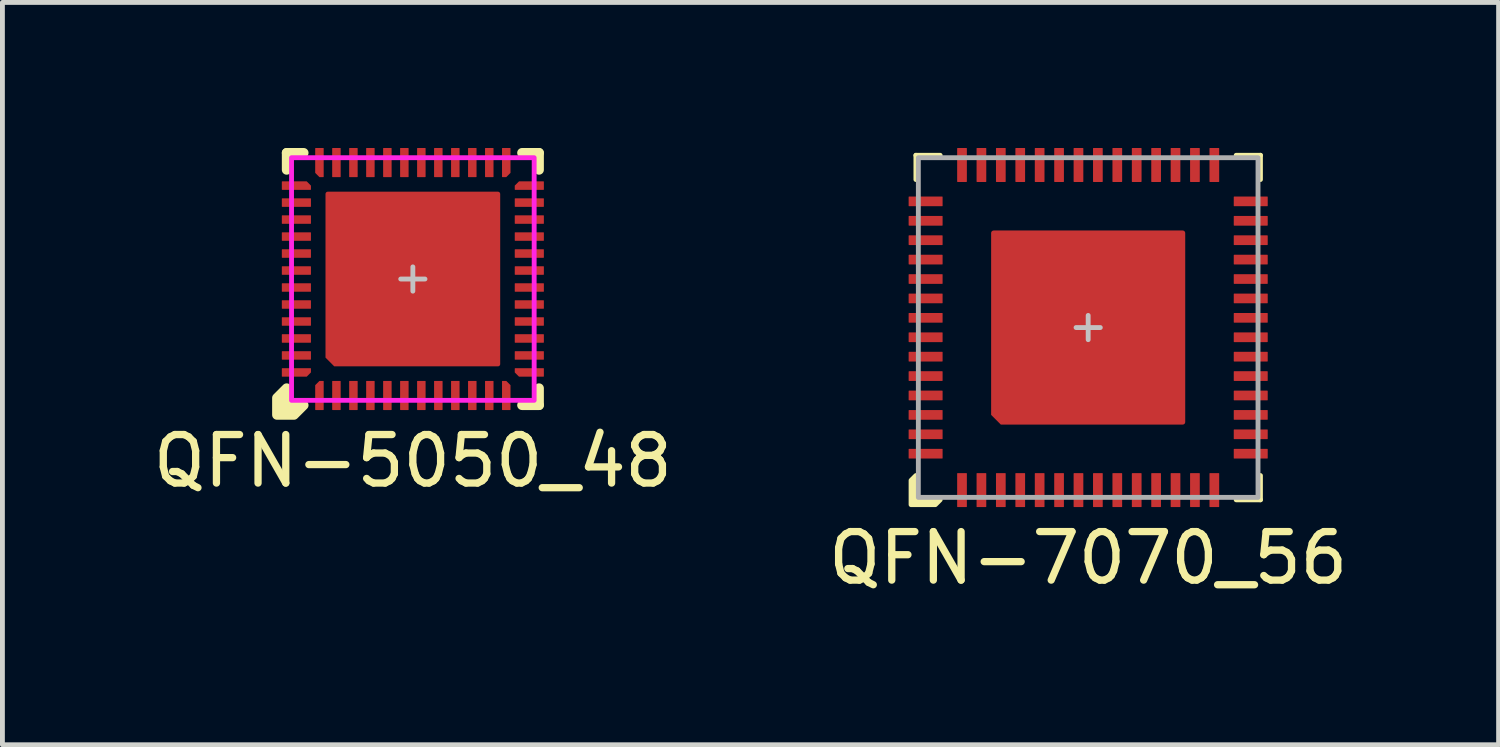
<source format=kicad_pcb>
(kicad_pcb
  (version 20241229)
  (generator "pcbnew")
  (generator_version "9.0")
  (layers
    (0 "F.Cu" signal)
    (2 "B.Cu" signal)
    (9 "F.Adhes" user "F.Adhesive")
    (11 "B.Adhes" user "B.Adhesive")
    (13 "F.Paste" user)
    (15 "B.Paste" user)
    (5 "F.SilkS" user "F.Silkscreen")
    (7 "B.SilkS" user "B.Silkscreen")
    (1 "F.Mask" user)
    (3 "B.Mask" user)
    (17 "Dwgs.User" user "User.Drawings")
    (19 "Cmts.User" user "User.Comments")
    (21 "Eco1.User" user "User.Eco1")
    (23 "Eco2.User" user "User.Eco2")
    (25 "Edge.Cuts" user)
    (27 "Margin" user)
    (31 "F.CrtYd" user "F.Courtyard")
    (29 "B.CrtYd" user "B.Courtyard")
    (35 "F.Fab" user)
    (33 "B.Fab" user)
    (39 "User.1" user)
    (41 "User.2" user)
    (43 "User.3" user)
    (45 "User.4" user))
  (footprint "QFN-5050_48"
    (layer "F.Cu")
    (at 5.458 2.7)
    (property "Reference" "QFN-5050_48" (at 0 3.75 0) (unlocked yes) (layer "F.SilkS") (effects (font (size 1 1) (thickness 0.15))))
    (attr smd)
    (fp_line (start -2.6 -2.6) (end -2.6 -2.25) (stroke (width 0.2) (type solid)) (layer "F.SilkS"))
    (fp_line (start -2.25 -2.6) (end -2.6 -2.6) (stroke (width 0.2) (type solid)) (layer "F.SilkS"))
    (fp_line (start 2.25 2.6) (end 2.6 2.6) (stroke (width 0.2) (type solid)) (layer "F.SilkS"))
    (fp_line (start 2.6 -2.6) (end 2.25 -2.6) (stroke (width 0.2) (type solid)) (layer "F.SilkS"))
    (fp_line (start 2.6 -2.25) (end 2.6 -2.6) (stroke (width 0.2) (type solid)) (layer "F.SilkS"))
    (fp_line (start 2.6 2.6) (end 2.6 2.25) (stroke (width 0.2) (type solid)) (layer "F.SilkS"))
    (fp_poly (pts (xy -2.6 2.6) (xy -2.25 2.6) (xy -2.45 2.8) (xy -2.8 2.8) (xy -2.8 2.45) (xy -2.6 2.25)) (stroke (width 0.2) (type solid)) (fill yes) (layer "F.SilkS"))
    (fp_rect (start -1.65 -1.65) (end -0.75 -0.75) (stroke (width 0) (type solid)) (fill yes) (layer "F.Paste"))
    (fp_rect (start -1.65 -0.45) (end -0.75 0.45) (stroke (width 0) (type solid)) (fill yes) (layer "F.Paste"))
    (fp_rect (start -0.45 -1.65) (end 0.45 -0.75) (stroke (width 0) (type solid)) (fill yes) (layer "F.Paste"))
    (fp_rect (start -0.45 -0.45) (end 0.45 0.45) (stroke (width 0) (type solid)) (fill yes) (layer "F.Paste"))
    (fp_rect (start -0.45 0.75) (end 0.45 1.65) (stroke (width 0) (type solid)) (fill yes) (layer "F.Paste"))
    (fp_rect (start 0.75 -1.65) (end 1.65 -0.75) (stroke (width 0) (type solid)) (fill yes) (layer "F.Paste"))
    (fp_rect (start 0.75 -0.45) (end 1.65 0.45) (stroke (width 0) (type solid)) (fill yes) (layer "F.Paste"))
    (fp_rect (start 0.75 0.75) (end 1.65 1.65) (stroke (width 0) (type solid)) (fill yes) (layer "F.Paste"))
    (fp_poly (pts (xy -0.75 1.65) (xy -1.55 1.65) (xy -1.65 1.55) (xy -1.65 0.75) (xy -0.75 0.75)) (stroke (width 0) (type solid)) (fill yes) (layer "F.Paste"))
    (fp_line (start -0.25 0) (end 0.25 0) (stroke (width 0.1) (type solid)) (layer "Dwgs.User"))
    (fp_line (start 0 -0.25) (end 0 0.25) (stroke (width 0.1) (type solid)) (layer "Dwgs.User"))
    (fp_rect (start -2.5 -2.5) (end 2.5 2.5) (stroke (width 0.1) (type solid)) (fill no) (layer "F.CrtYd"))
    (pad "1" smd roundrect (at -1.925 2.4 90) (size 0.6 0.175) (layers "F.Cu" "F.Mask" "F.Paste") (roundrect_rratio 0.05) (chamfer_ratio 0.5) (chamfer top_right))
    (pad "2" smd roundrect (at -1.575 2.4 90) (size 0.6 0.175) (layers "F.Cu" "F.Mask" "F.Paste") (roundrect_rratio 0.05))
    (pad "3" smd roundrect (at -1.225 2.4 90) (size 0.6 0.175) (layers "F.Cu" "F.Mask" "F.Paste") (roundrect_rratio 0.05))
    (pad "4" smd roundrect (at -0.875 2.4 90) (size 0.6 0.175) (layers "F.Cu" "F.Mask" "F.Paste") (roundrect_rratio 0.05))
    (pad "5" smd roundrect (at -0.525 2.4 90) (size 0.6 0.175) (layers "F.Cu" "F.Mask" "F.Paste") (roundrect_rratio 0.05))
    (pad "6" smd roundrect (at -0.175 2.4 90) (size 0.6 0.175) (layers "F.Cu" "F.Mask" "F.Paste") (roundrect_rratio 0.05))
    (pad "7" smd roundrect (at 0.175 2.4 90) (size 0.6 0.175) (layers "F.Cu" "F.Mask" "F.Paste") (roundrect_rratio 0.05))
    (pad "8" smd roundrect (at 0.525 2.4 90) (size 0.6 0.175) (layers "F.Cu" "F.Mask" "F.Paste") (roundrect_rratio 0.05))
    (pad "9" smd roundrect (at 0.875 2.4 90) (size 0.6 0.175) (layers "F.Cu" "F.Mask" "F.Paste") (roundrect_rratio 0.05))
    (pad "10" smd roundrect (at 1.225 2.4 90) (size 0.6 0.175) (layers "F.Cu" "F.Mask" "F.Paste") (roundrect_rratio 0.05))
    (pad "11" smd roundrect (at 1.575 2.4 90) (size 0.6 0.175) (layers "F.Cu" "F.Mask" "F.Paste") (roundrect_rratio 0.05))
    (pad "12" smd roundrect (at 1.925 2.4 90) (size 0.6 0.175) (layers "F.Cu" "F.Mask" "F.Paste") (roundrect_rratio 0.05) (chamfer_ratio 0.5) (chamfer bottom_right))
    (pad "13" smd roundrect (at 2.4 1.925) (size 0.6 0.175) (layers "F.Cu" "F.Mask" "F.Paste") (roundrect_rratio 0.05) (chamfer_ratio 0.5) (chamfer bottom_left))
    (pad "14" smd roundrect (at 2.4 1.575) (size 0.6 0.175) (layers "F.Cu" "F.Mask" "F.Paste") (roundrect_rratio 0.05))
    (pad "15" smd roundrect (at 2.4 1.225) (size 0.6 0.175) (layers "F.Cu" "F.Mask" "F.Paste") (roundrect_rratio 0.05))
    (pad "16" smd roundrect (at 2.4 0.875) (size 0.6 0.175) (layers "F.Cu" "F.Mask" "F.Paste") (roundrect_rratio 0.05))
    (pad "17" smd roundrect (at 2.4 0.525) (size 0.6 0.175) (layers "F.Cu" "F.Mask" "F.Paste") (roundrect_rratio 0.05))
    (pad "18" smd roundrect (at 2.4 0.175) (size 0.6 0.175) (layers "F.Cu" "F.Mask" "F.Paste") (roundrect_rratio 0.05))
    (pad "19" smd roundrect (at 2.4 -0.175) (size 0.6 0.175) (layers "F.Cu" "F.Mask" "F.Paste") (roundrect_rratio 0.05))
    (pad "20" smd roundrect (at 2.4 -0.525) (size 0.6 0.175) (layers "F.Cu" "F.Mask" "F.Paste") (roundrect_rratio 0.05))
    (pad "21" smd roundrect (at 2.4 -0.875) (size 0.6 0.175) (layers "F.Cu" "F.Mask" "F.Paste") (roundrect_rratio 0.05))
    (pad "22" smd roundrect (at 2.4 -1.225) (size 0.6 0.175) (layers "F.Cu" "F.Mask" "F.Paste") (roundrect_rratio 0.05))
    (pad "23" smd roundrect (at 2.4 -1.575) (size 0.6 0.175) (layers "F.Cu" "F.Mask" "F.Paste") (roundrect_rratio 0.05))
    (pad "24" smd roundrect (at 2.4 -1.925) (size 0.6 0.175) (layers "F.Cu" "F.Mask" "F.Paste") (roundrect_rratio 0.05) (chamfer_ratio 0.5) (chamfer top_left))
    (pad "25" smd roundrect (at 1.925 -2.4 90) (size 0.6 0.175) (layers "F.Cu" "F.Mask" "F.Paste") (roundrect_rratio 0.05) (chamfer_ratio 0.5) (chamfer bottom_left))
    (pad "26" smd roundrect (at 1.575 -2.4 90) (size 0.6 0.175) (layers "F.Cu" "F.Mask" "F.Paste") (roundrect_rratio 0.05))
    (pad "27" smd roundrect (at 1.225 -2.4 90) (size 0.6 0.175) (layers "F.Cu" "F.Mask" "F.Paste") (roundrect_rratio 0.05))
    (pad "28" smd roundrect (at 0.875 -2.4 90) (size 0.6 0.175) (layers "F.Cu" "F.Mask" "F.Paste") (roundrect_rratio 0.05))
    (pad "29" smd roundrect (at 0.525 -2.4 90) (size 0.6 0.175) (layers "F.Cu" "F.Mask" "F.Paste") (roundrect_rratio 0.05))
    (pad "30" smd roundrect (at 0.175 -2.4 90) (size 0.6 0.175) (layers "F.Cu" "F.Mask" "F.Paste") (roundrect_rratio 0.05))
    (pad "31" smd roundrect (at -0.175 -2.4 90) (size 0.6 0.175) (layers "F.Cu" "F.Mask" "F.Paste") (roundrect_rratio 0.05))
    (pad "32" smd roundrect (at -0.525 -2.4 90) (size 0.6 0.175) (layers "F.Cu" "F.Mask" "F.Paste") (roundrect_rratio 0.05))
    (pad "33" smd roundrect (at -0.875 -2.4 90) (size 0.6 0.175) (layers "F.Cu" "F.Mask" "F.Paste") (roundrect_rratio 0.05))
    (pad "34" smd roundrect (at -1.225 -2.4 90) (size 0.6 0.175) (layers "F.Cu" "F.Mask" "F.Paste") (roundrect_rratio 0.05))
    (pad "35" smd roundrect (at -1.575 -2.4 90) (size 0.6 0.175) (layers "F.Cu" "F.Mask" "F.Paste") (roundrect_rratio 0.05))
    (pad "36" smd roundrect (at -1.925 -2.4 90) (size 0.6 0.175) (layers "F.Cu" "F.Mask" "F.Paste") (roundrect_rratio 0.05) (chamfer_ratio 0.5) (chamfer top_left))
    (pad "37" smd roundrect (at -2.4 -1.925) (size 0.6 0.175) (layers "F.Cu" "F.Mask" "F.Paste") (roundrect_rratio 0.05) (chamfer_ratio 0.5) (chamfer top_right))
    (pad "38" smd roundrect (at -2.4 -1.575) (size 0.6 0.175) (layers "F.Cu" "F.Mask" "F.Paste") (roundrect_rratio 0.05))
    (pad "39" smd roundrect (at -2.4 -1.225) (size 0.6 0.175) (layers "F.Cu" "F.Mask" "F.Paste") (roundrect_rratio 0.05))
    (pad "40" smd roundrect (at -2.4 -0.875) (size 0.6 0.175) (layers "F.Cu" "F.Mask" "F.Paste") (roundrect_rratio 0.05))
    (pad "41" smd roundrect (at -2.4 -0.525) (size 0.6 0.175) (layers "F.Cu" "F.Mask" "F.Paste") (roundrect_rratio 0.05))
    (pad "42" smd roundrect (at -2.4 -0.175) (size 0.6 0.175) (layers "F.Cu" "F.Mask" "F.Paste") (roundrect_rratio 0.05))
    (pad "43" smd roundrect (at -2.4 0.175) (size 0.6 0.175) (layers "F.Cu" "F.Mask" "F.Paste") (roundrect_rratio 0.05))
    (pad "44" smd roundrect (at -2.4 0.525) (size 0.6 0.175) (layers "F.Cu" "F.Mask" "F.Paste") (roundrect_rratio 0.05))
    (pad "45" smd roundrect (at -2.4 0.875) (size 0.6 0.175) (layers "F.Cu" "F.Mask" "F.Paste") (roundrect_rratio 0.05))
    (pad "46" smd roundrect (at -2.4 1.225) (size 0.6 0.175) (layers "F.Cu" "F.Mask" "F.Paste") (roundrect_rratio 0.05))
    (pad "47" smd roundrect (at -2.4 1.575) (size 0.6 0.175) (layers "F.Cu" "F.Mask" "F.Paste") (roundrect_rratio 0.05))
    (pad "48" smd roundrect (at -2.4 1.925) (size 0.6 0.175) (layers "F.Cu" "F.Mask" "F.Paste") (roundrect_rratio 0.05) (chamfer_ratio 0.5) (chamfer bottom_right))
    (pad "EP" smd roundrect (at 0 0) (size 3.6 3.6) (layers "F.Cu" "F.Mask") (roundrect_rratio 0.013) (chamfer_ratio 0.05) (chamfer bottom_left)))
  (footprint "QFN-7070_56"
    (layer "F.Cu")
    (at 19.375 3.7)
    (property "Reference" "QFN-7070_56" (at 0 4.75 0) (unlocked yes) (layer "F.SilkS") (effects (font (size 1 1) (thickness 0.15))))
    (attr smd)
    (fp_line (start -3.55 -3.55) (end -3.55 -3.05) (stroke (width 0.1) (type solid)) (layer "F.SilkS"))
    (fp_line (start -3.05 -3.55) (end -3.55 -3.55) (stroke (width 0.1) (type solid)) (layer "F.SilkS"))
    (fp_line (start 3.05 3.55) (end 3.55 3.55) (stroke (width 0.1) (type solid)) (layer "F.SilkS"))
    (fp_line (start 3.55 -3.55) (end 3.05 -3.55) (stroke (width 0.1) (type solid)) (layer "F.SilkS"))
    (fp_line (start 3.55 -3.05) (end 3.55 -3.55) (stroke (width 0.1) (type solid)) (layer "F.SilkS"))
    (fp_line (start 3.55 3.55) (end 3.55 3.05) (stroke (width 0.1) (type solid)) (layer "F.SilkS"))
    (fp_poly (pts (xy -3.55 3.05) (xy -3.55 3.55) (xy -3.05 3.55) (xy -3.15 3.65) (xy -3.65 3.65) (xy -3.65 3.15)) (stroke (width 0.1) (type solid)) (fill yes) (layer "F.SilkS"))
    (fp_rect (start -1.85 -1.85) (end -0.85 -0.85) (stroke (width 0) (type solid)) (fill yes) (layer "F.Paste"))
    (fp_rect (start -1.85 -0.55) (end -0.85 0.55) (stroke (width 0) (type solid)) (fill yes) (layer "F.Paste"))
    (fp_rect (start -0.55 -1.85) (end 0.55 -0.85) (stroke (width 0) (type solid)) (fill yes) (layer "F.Paste"))
    (fp_rect (start -0.55 -0.55) (end 0.55 0.55) (stroke (width 0) (type solid)) (fill yes) (layer "F.Paste"))
    (fp_rect (start -0.55 0.85) (end 0.55 1.85) (stroke (width 0) (type solid)) (fill yes) (layer "F.Paste"))
    (fp_rect (start 0.85 -1.85) (end 1.85 -0.85) (stroke (width 0) (type solid)) (fill yes) (layer "F.Paste"))
    (fp_rect (start 0.85 -0.55) (end 1.85 0.55) (stroke (width 0) (type solid)) (fill yes) (layer "F.Paste"))
    (fp_rect (start 0.85 0.85) (end 1.85 1.85) (stroke (width 0) (type solid)) (fill yes) (layer "F.Paste"))
    (fp_poly (pts (xy -0.85 1.85) (xy -1.7 1.85) (xy -1.85 1.7) (xy -1.85 0.85) (xy -0.85 0.85)) (stroke (width 0) (type solid)) (fill yes) (layer "F.Paste"))
    (fp_line (start -0.25 0) (end 0.25 0) (stroke (width 0.1) (type solid)) (layer "Dwgs.User"))
    (fp_line (start 0 0.25) (end 0 -0.25) (stroke (width 0.1) (type solid)) (layer "Dwgs.User"))
    (fp_rect (start -3.5 -3.5) (end 3.5 3.5) (stroke (width 0.1) (type solid)) (fill no) (layer "F.Fab"))
    (pad "1" smd roundrect (at -2.6 3.35 90) (size 0.7 0.2) (layers "F.Cu" "F.Mask" "F.Paste") (roundrect_rratio 0.05))
    (pad "2" smd roundrect (at -2.2 3.35 90) (size 0.7 0.2) (layers "F.Cu" "F.Mask" "F.Paste") (roundrect_rratio 0.05))
    (pad "3" smd roundrect (at -1.8 3.35 90) (size 0.7 0.2) (layers "F.Cu" "F.Mask" "F.Paste") (roundrect_rratio 0.05))
    (pad "4" smd roundrect (at -1.4 3.35 90) (size 0.7 0.2) (layers "F.Cu" "F.Mask" "F.Paste") (roundrect_rratio 0.05))
    (pad "5" smd roundrect (at -1 3.35 90) (size 0.7 0.2) (layers "F.Cu" "F.Mask" "F.Paste") (roundrect_rratio 0.05))
    (pad "6" smd roundrect (at -0.6 3.35 90) (size 0.7 0.2) (layers "F.Cu" "F.Mask" "F.Paste") (roundrect_rratio 0.05))
    (pad "7" smd roundrect (at -0.2 3.35 90) (size 0.7 0.2) (layers "F.Cu" "F.Mask" "F.Paste") (roundrect_rratio 0.05))
    (pad "8" smd roundrect (at 0.2 3.35 90) (size 0.7 0.2) (layers "F.Cu" "F.Mask" "F.Paste") (roundrect_rratio 0.05))
    (pad "9" smd roundrect (at 0.6 3.35 90) (size 0.7 0.2) (layers "F.Cu" "F.Mask" "F.Paste") (roundrect_rratio 0.05))
    (pad "10" smd roundrect (at 1 3.35 90) (size 0.7 0.2) (layers "F.Cu" "F.Mask" "F.Paste") (roundrect_rratio 0.05))
    (pad "11" smd roundrect (at 1.4 3.35 90) (size 0.7 0.2) (layers "F.Cu" "F.Mask" "F.Paste") (roundrect_rratio 0.05))
    (pad "12" smd roundrect (at 1.8 3.35 90) (size 0.7 0.2) (layers "F.Cu" "F.Mask" "F.Paste") (roundrect_rratio 0.05))
    (pad "13" smd roundrect (at 2.2 3.35 90) (size 0.7 0.2) (layers "F.Cu" "F.Mask" "F.Paste") (roundrect_rratio 0.05))
    (pad "14" smd roundrect (at 2.6 3.35 90) (size 0.7 0.2) (layers "F.Cu" "F.Mask" "F.Paste") (roundrect_rratio 0.05))
    (pad "15" smd roundrect (at 3.35 2.6) (size 0.7 0.2) (layers "F.Cu" "F.Mask" "F.Paste") (roundrect_rratio 0.05))
    (pad "16" smd roundrect (at 3.35 2.2) (size 0.7 0.2) (layers "F.Cu" "F.Mask" "F.Paste") (roundrect_rratio 0.05))
    (pad "17" smd roundrect (at 3.35 1.8) (size 0.7 0.2) (layers "F.Cu" "F.Mask" "F.Paste") (roundrect_rratio 0.05))
    (pad "18" smd roundrect (at 3.35 1.4) (size 0.7 0.2) (layers "F.Cu" "F.Mask" "F.Paste") (roundrect_rratio 0.05))
    (pad "19" smd roundrect (at 3.35 1) (size 0.7 0.2) (layers "F.Cu" "F.Mask" "F.Paste") (roundrect_rratio 0.05))
    (pad "20" smd roundrect (at 3.35 0.6) (size 0.7 0.2) (layers "F.Cu" "F.Mask" "F.Paste") (roundrect_rratio 0.05))
    (pad "21" smd roundrect (at 3.35 0.2) (size 0.7 0.2) (layers "F.Cu" "F.Mask" "F.Paste") (roundrect_rratio 0.05))
    (pad "22" smd roundrect (at 3.35 -0.2) (size 0.7 0.2) (layers "F.Cu" "F.Mask" "F.Paste") (roundrect_rratio 0.05))
    (pad "23" smd roundrect (at 3.35 -0.6) (size 0.7 0.2) (layers "F.Cu" "F.Mask" "F.Paste") (roundrect_rratio 0.05))
    (pad "24" smd roundrect (at 3.35 -1) (size 0.7 0.2) (layers "F.Cu" "F.Mask" "F.Paste") (roundrect_rratio 0.05))
    (pad "25" smd roundrect (at 3.35 -1.4) (size 0.7 0.2) (layers "F.Cu" "F.Mask" "F.Paste") (roundrect_rratio 0.05))
    (pad "26" smd roundrect (at 3.35 -1.8) (size 0.7 0.2) (layers "F.Cu" "F.Mask" "F.Paste") (roundrect_rratio 0.05))
    (pad "27" smd roundrect (at 3.35 -2.2) (size 0.7 0.2) (layers "F.Cu" "F.Mask" "F.Paste") (roundrect_rratio 0.05))
    (pad "28" smd roundrect (at 3.35 -2.6) (size 0.7 0.2) (layers "F.Cu" "F.Mask" "F.Paste") (roundrect_rratio 0.05))
    (pad "29" smd roundrect (at 2.6 -3.35 90) (size 0.7 0.2) (layers "F.Cu" "F.Mask" "F.Paste") (roundrect_rratio 0.05))
    (pad "30" smd roundrect (at 2.2 -3.35 90) (size 0.7 0.2) (layers "F.Cu" "F.Mask" "F.Paste") (roundrect_rratio 0.05))
    (pad "31" smd roundrect (at 1.8 -3.35 90) (size 0.7 0.2) (layers "F.Cu" "F.Mask" "F.Paste") (roundrect_rratio 0.05))
    (pad "32" smd roundrect (at 1.4 -3.35 90) (size 0.7 0.2) (layers "F.Cu" "F.Mask" "F.Paste") (roundrect_rratio 0.05))
    (pad "33" smd roundrect (at 1 -3.35 90) (size 0.7 0.2) (layers "F.Cu" "F.Mask" "F.Paste") (roundrect_rratio 0.05))
    (pad "34" smd roundrect (at 0.6 -3.35 90) (size 0.7 0.2) (layers "F.Cu" "F.Mask" "F.Paste") (roundrect_rratio 0.05))
    (pad "35" smd roundrect (at 0.2 -3.35 90) (size 0.7 0.2) (layers "F.Cu" "F.Mask" "F.Paste") (roundrect_rratio 0.05))
    (pad "36" smd roundrect (at -0.2 -3.35 90) (size 0.7 0.2) (layers "F.Cu" "F.Mask" "F.Paste") (roundrect_rratio 0.05))
    (pad "37" smd roundrect (at -0.6 -3.35 90) (size 0.7 0.2) (layers "F.Cu" "F.Mask" "F.Paste") (roundrect_rratio 0.05))
    (pad "38" smd roundrect (at -1 -3.35 90) (size 0.7 0.2) (layers "F.Cu" "F.Mask" "F.Paste") (roundrect_rratio 0.05))
    (pad "39" smd roundrect (at -1.4 -3.35 90) (size 0.7 0.2) (layers "F.Cu" "F.Mask" "F.Paste") (roundrect_rratio 0.05))
    (pad "40" smd roundrect (at -1.8 -3.35 90) (size 0.7 0.2) (layers "F.Cu" "F.Mask" "F.Paste") (roundrect_rratio 0.05))
    (pad "41" smd roundrect (at -2.2 -3.35 90) (size 0.7 0.2) (layers "F.Cu" "F.Mask" "F.Paste") (roundrect_rratio 0.05))
    (pad "42" smd roundrect (at -2.6 -3.35 90) (size 0.7 0.2) (layers "F.Cu" "F.Mask" "F.Paste") (roundrect_rratio 0.05))
    (pad "43" smd roundrect (at -3.35 -2.6) (size 0.7 0.2) (layers "F.Cu" "F.Mask" "F.Paste") (roundrect_rratio 0.05))
    (pad "44" smd roundrect (at -3.35 -2.2) (size 0.7 0.2) (layers "F.Cu" "F.Mask" "F.Paste") (roundrect_rratio 0.05))
    (pad "45" smd roundrect (at -3.35 -1.8) (size 0.7 0.2) (layers "F.Cu" "F.Mask" "F.Paste") (roundrect_rratio 0.05))
    (pad "46" smd roundrect (at -3.35 -1.4) (size 0.7 0.2) (layers "F.Cu" "F.Mask" "F.Paste") (roundrect_rratio 0.05))
    (pad "47" smd roundrect (at -3.35 -1) (size 0.7 0.2) (layers "F.Cu" "F.Mask" "F.Paste") (roundrect_rratio 0.05))
    (pad "48" smd roundrect (at -3.35 -0.6) (size 0.7 0.2) (layers "F.Cu" "F.Mask" "F.Paste") (roundrect_rratio 0.05))
    (pad "49" smd roundrect (at -3.35 -0.2) (size 0.7 0.2) (layers "F.Cu" "F.Mask" "F.Paste") (roundrect_rratio 0.05))
    (pad "50" smd roundrect (at -3.35 0.2) (size 0.7 0.2) (layers "F.Cu" "F.Mask" "F.Paste") (roundrect_rratio 0.05))
    (pad "51" smd roundrect (at -3.35 0.6) (size 0.7 0.2) (layers "F.Cu" "F.Mask" "F.Paste") (roundrect_rratio 0.05))
    (pad "52" smd roundrect (at -3.35 1) (size 0.7 0.2) (layers "F.Cu" "F.Mask" "F.Paste") (roundrect_rratio 0.05))
    (pad "53" smd roundrect (at -3.35 1.4) (size 0.7 0.2) (layers "F.Cu" "F.Mask" "F.Paste") (roundrect_rratio 0.05))
    (pad "54" smd roundrect (at -3.35 1.8) (size 0.7 0.2) (layers "F.Cu" "F.Mask" "F.Paste") (roundrect_rratio 0.05))
    (pad "55" smd roundrect (at -3.35 2.2) (size 0.7 0.2) (layers "F.Cu" "F.Mask" "F.Paste") (roundrect_rratio 0.05))
    (pad "56" smd roundrect (at -3.35 2.6) (size 0.7 0.2) (layers "F.Cu" "F.Mask" "F.Paste") (roundrect_rratio 0.05))
    (pad "EP" smd roundrect (at 0 0) (size 4 4) (layers "F.Cu" "F.Mask") (roundrect_rratio 0.013) (chamfer_ratio 0.05) (chamfer bottom_left)))
  (gr_rect
    (start -3 -3)
    (end 27.833 12.298)
    (stroke (width 0.1) (type default))
    (fill no)
    (layer "Edge.Cuts")))
</source>
